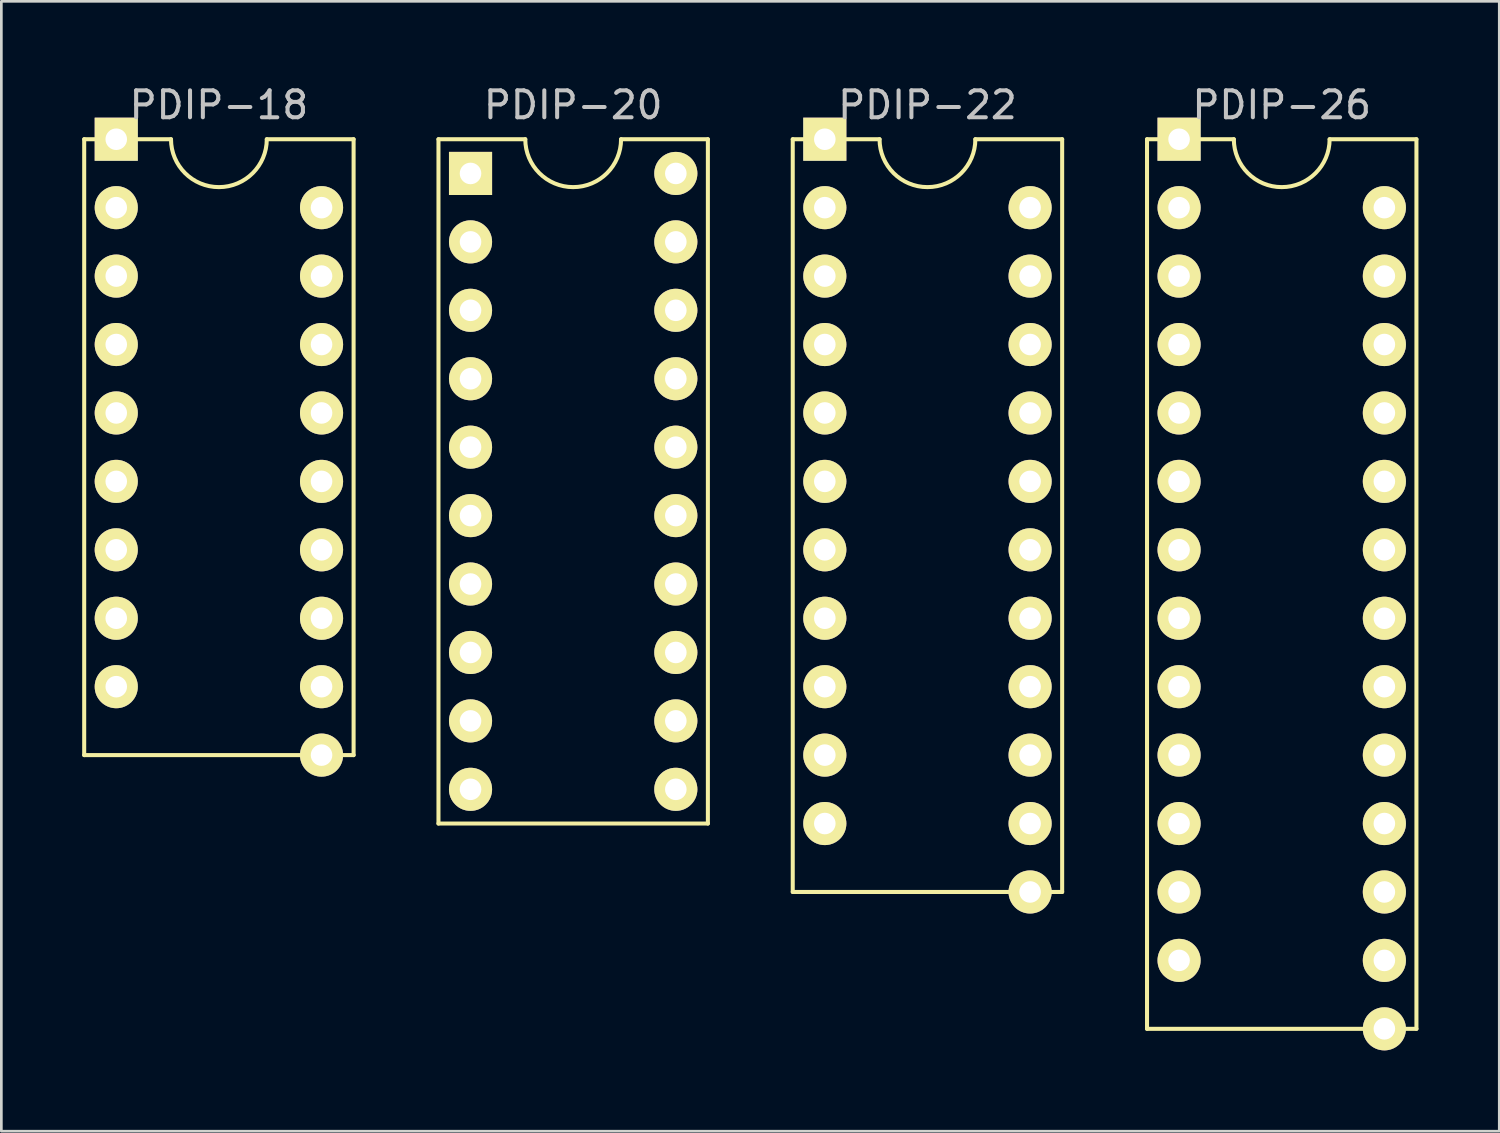
<source format=kicad_pcb>
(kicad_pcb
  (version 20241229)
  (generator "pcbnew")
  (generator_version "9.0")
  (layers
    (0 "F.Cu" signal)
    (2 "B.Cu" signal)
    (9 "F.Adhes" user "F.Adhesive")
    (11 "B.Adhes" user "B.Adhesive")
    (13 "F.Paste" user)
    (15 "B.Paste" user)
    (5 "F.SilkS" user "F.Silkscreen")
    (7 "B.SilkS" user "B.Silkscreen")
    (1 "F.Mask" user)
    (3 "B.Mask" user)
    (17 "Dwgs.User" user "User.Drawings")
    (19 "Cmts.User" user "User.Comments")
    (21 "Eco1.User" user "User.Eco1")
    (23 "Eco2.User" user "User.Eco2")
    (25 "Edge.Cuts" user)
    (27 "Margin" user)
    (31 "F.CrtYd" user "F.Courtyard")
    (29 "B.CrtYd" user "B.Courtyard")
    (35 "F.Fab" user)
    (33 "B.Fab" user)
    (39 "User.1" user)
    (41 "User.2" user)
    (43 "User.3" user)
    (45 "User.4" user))
  (footprint "PDIP-20"
    (layer "F.Cu")
    (at 18.225 14.818)
    (property "Reference" "PDIP-20" (at 0 -13.97 0) (layer "Dwgs.User") (effects (font (size 1 1) (thickness 0.15))))
    (attr through_hole)
    (fp_line (start -5 -12.7) (end -5 12.7) (stroke (width 0.15) (type solid)) (layer "F.SilkS"))
    (fp_line (start -5 12.7) (end 5 12.7) (stroke (width 0.15) (type solid)) (layer "F.SilkS"))
    (fp_line (start -1.778 -12.7) (end -5 -12.7) (stroke (width 0.15) (type solid)) (layer "F.SilkS"))
    (fp_line (start 5 -12.7) (end 1.778 -12.7) (stroke (width 0.15) (type solid)) (layer "F.SilkS"))
    (fp_line (start 5 12.7) (end 5 -12.7) (stroke (width 0.15) (type solid)) (layer "F.SilkS"))
    (fp_arc (start 1.7775 -12.7) (mid 0 -10.9225) (end -1.7775 -12.7) (stroke (width 0.15) (type solid)) (layer "F.SilkS"))
    (pad "1" thru_hole rect (at -3.81 -11.43) (size 1.6 1.6) (drill 0.8) (layers "*.Cu" "*.Mask" "F.SilkS"))
    (pad "2" thru_hole circle (at -3.81 -8.89) (size 1.6 1.6) (drill 0.8) (layers "*.Cu" "*.Mask" "F.SilkS"))
    (pad "3" thru_hole circle (at -3.81 -6.35) (size 1.6 1.6) (drill 0.8) (layers "*.Cu" "*.Mask" "F.SilkS"))
    (pad "4" thru_hole circle (at -3.81 -3.81) (size 1.6 1.6) (drill 0.8) (layers "*.Cu" "*.Mask" "F.SilkS"))
    (pad "5" thru_hole circle (at -3.81 -1.27) (size 1.6 1.6) (drill 0.8) (layers "*.Cu" "*.Mask" "F.SilkS"))
    (pad "6" thru_hole circle (at -3.81 1.27) (size 1.6 1.6) (drill 0.8) (layers "*.Cu" "*.Mask" "F.SilkS"))
    (pad "7" thru_hole circle (at -3.81 3.81) (size 1.6 1.6) (drill 0.8) (layers "*.Cu" "*.Mask" "F.SilkS"))
    (pad "8" thru_hole circle (at -3.81 6.35) (size 1.6 1.6) (drill 0.8) (layers "*.Cu" "*.Mask" "F.SilkS"))
    (pad "9" thru_hole circle (at -3.81 8.89) (size 1.6 1.6) (drill 0.8) (layers "*.Cu" "*.Mask" "F.SilkS"))
    (pad "10" thru_hole circle (at -3.81 11.43) (size 1.6 1.6) (drill 0.8) (layers "*.Cu" "*.Mask" "F.SilkS"))
    (pad "11" thru_hole circle (at 3.81 11.43) (size 1.6 1.6) (drill 0.8) (layers "*.Cu" "*.Mask" "F.SilkS"))
    (pad "12" thru_hole circle (at 3.81 8.89) (size 1.6 1.6) (drill 0.8) (layers "*.Cu" "*.Mask" "F.SilkS"))
    (pad "13" thru_hole circle (at 3.81 6.35) (size 1.6 1.6) (drill 0.8) (layers "*.Cu" "*.Mask" "F.SilkS"))
    (pad "14" thru_hole circle (at 3.81 3.81) (size 1.6 1.6) (drill 0.8) (layers "*.Cu" "*.Mask" "F.SilkS"))
    (pad "15" thru_hole circle (at 3.81 1.27) (size 1.6 1.6) (drill 0.8) (layers "*.Cu" "*.Mask" "F.SilkS"))
    (pad "16" thru_hole circle (at 3.81 -1.27) (size 1.6 1.6) (drill 0.8) (layers "*.Cu" "*.Mask" "F.SilkS"))
    (pad "17" thru_hole circle (at 3.81 -3.81) (size 1.6 1.6) (drill 0.8) (layers "*.Cu" "*.Mask" "F.SilkS"))
    (pad "18" thru_hole circle (at 3.81 -6.35) (size 1.6 1.6) (drill 0.8) (layers "*.Cu" "*.Mask" "F.SilkS"))
    (pad "19" thru_hole circle (at 3.81 -8.89) (size 1.6 1.6) (drill 0.8) (layers "*.Cu" "*.Mask" "F.SilkS"))
    (pad "20" thru_hole circle (at 3.81 -11.43) (size 1.6 1.6) (drill 0.8) (layers "*.Cu" "*.Mask" "F.SilkS")))
  (footprint "PDIP-26"
    (layer "F.Cu")
    (at 44.525 18.628)
    (property "Reference" "PDIP-26" (at 0 -17.78 0) (layer "Dwgs.User") (effects (font (size 1 1) (thickness 0.15))))
    (attr through_hole)
    (fp_line (start -5 -16.51) (end -5 16.51) (stroke (width 0.15) (type solid)) (layer "F.SilkS"))
    (fp_line (start -5 16.51) (end 5 16.51) (stroke (width 0.15) (type solid)) (layer "F.SilkS"))
    (fp_line (start -1.778 -16.51) (end -5 -16.51) (stroke (width 0.15) (type solid)) (layer "F.SilkS"))
    (fp_line (start 5 -16.51) (end 1.778 -16.51) (stroke (width 0.15) (type solid)) (layer "F.SilkS"))
    (fp_line (start 5 16.51) (end 5 -16.51) (stroke (width 0.15) (type solid)) (layer "F.SilkS"))
    (fp_arc (start 1.7775 -16.51) (mid 0 -14.7325) (end -1.7775 -16.51) (stroke (width 0.15) (type solid)) (layer "F.SilkS"))
    (pad "1" thru_hole rect (at -3.81 -16.51) (size 1.6 1.6) (drill 0.8) (layers "*.Cu" "*.Mask" "F.SilkS"))
    (pad "2" thru_hole circle (at -3.81 -13.97) (size 1.6 1.6) (drill 0.8) (layers "*.Cu" "*.Mask" "F.SilkS"))
    (pad "3" thru_hole circle (at -3.81 -11.43) (size 1.6 1.6) (drill 0.8) (layers "*.Cu" "*.Mask" "F.SilkS"))
    (pad "4" thru_hole circle (at -3.81 -8.89) (size 1.6 1.6) (drill 0.8) (layers "*.Cu" "*.Mask" "F.SilkS"))
    (pad "5" thru_hole circle (at -3.81 -6.35) (size 1.6 1.6) (drill 0.8) (layers "*.Cu" "*.Mask" "F.SilkS"))
    (pad "6" thru_hole circle (at -3.81 -3.81) (size 1.6 1.6) (drill 0.8) (layers "*.Cu" "*.Mask" "F.SilkS"))
    (pad "7" thru_hole circle (at -3.81 -1.27) (size 1.6 1.6) (drill 0.8) (layers "*.Cu" "*.Mask" "F.SilkS"))
    (pad "8" thru_hole circle (at -3.81 1.27) (size 1.6 1.6) (drill 0.8) (layers "*.Cu" "*.Mask" "F.SilkS"))
    (pad "9" thru_hole circle (at -3.81 3.81) (size 1.6 1.6) (drill 0.8) (layers "*.Cu" "*.Mask" "F.SilkS"))
    (pad "10" thru_hole circle (at -3.81 6.35) (size 1.6 1.6) (drill 0.8) (layers "*.Cu" "*.Mask" "F.SilkS"))
    (pad "11" thru_hole circle (at -3.81 8.89) (size 1.6 1.6) (drill 0.8) (layers "*.Cu" "*.Mask" "F.SilkS"))
    (pad "12" thru_hole circle (at -3.81 11.43) (size 1.6 1.6) (drill 0.8) (layers "*.Cu" "*.Mask" "F.SilkS"))
    (pad "13" thru_hole circle (at -3.81 13.97) (size 1.6 1.6) (drill 0.8) (layers "*.Cu" "*.Mask" "F.SilkS"))
    (pad "14" thru_hole circle (at 3.81 16.51) (size 1.6 1.6) (drill 0.8) (layers "*.Cu" "*.Mask" "F.SilkS"))
    (pad "15" thru_hole circle (at 3.81 13.97) (size 1.6 1.6) (drill 0.8) (layers "*.Cu" "*.Mask" "F.SilkS"))
    (pad "16" thru_hole circle (at 3.81 11.43) (size 1.6 1.6) (drill 0.8) (layers "*.Cu" "*.Mask" "F.SilkS"))
    (pad "17" thru_hole circle (at 3.81 8.89) (size 1.6 1.6) (drill 0.8) (layers "*.Cu" "*.Mask" "F.SilkS"))
    (pad "18" thru_hole circle (at 3.81 6.35) (size 1.6 1.6) (drill 0.8) (layers "*.Cu" "*.Mask" "F.SilkS"))
    (pad "19" thru_hole circle (at 3.81 3.81) (size 1.6 1.6) (drill 0.8) (layers "*.Cu" "*.Mask" "F.SilkS"))
    (pad "20" thru_hole circle (at 3.81 1.27) (size 1.6 1.6) (drill 0.8) (layers "*.Cu" "*.Mask" "F.SilkS"))
    (pad "21" thru_hole circle (at 3.81 -1.27) (size 1.6 1.6) (drill 0.8) (layers "*.Cu" "*.Mask" "F.SilkS"))
    (pad "22" thru_hole circle (at 3.81 -3.81) (size 1.6 1.6) (drill 0.8) (layers "*.Cu" "*.Mask" "F.SilkS"))
    (pad "23" thru_hole circle (at 3.81 -6.35) (size 1.6 1.6) (drill 0.8) (layers "*.Cu" "*.Mask" "F.SilkS"))
    (pad "24" thru_hole circle (at 3.81 -8.89) (size 1.6 1.6) (drill 0.8) (layers "*.Cu" "*.Mask" "F.SilkS"))
    (pad "25" thru_hole circle (at 3.81 -11.43) (size 1.6 1.6) (drill 0.8) (layers "*.Cu" "*.Mask" "F.SilkS"))
    (pad "26" thru_hole circle (at 3.81 -13.97) (size 1.6 1.6) (drill 0.8) (layers "*.Cu" "*.Mask" "F.SilkS")))
  (footprint "PDIP-22"
    (layer "F.Cu")
    (at 31.375 16.088)
    (property "Reference" "PDIP-22" (at 0 -15.24 0) (layer "Dwgs.User") (effects (font (size 1 1) (thickness 0.15))))
    (attr through_hole)
    (fp_line (start -5 -13.97) (end -5 13.97) (stroke (width 0.15) (type solid)) (layer "F.SilkS"))
    (fp_line (start -5 13.97) (end 5 13.97) (stroke (width 0.15) (type solid)) (layer "F.SilkS"))
    (fp_line (start -1.778 -13.97) (end -5 -13.97) (stroke (width 0.15) (type solid)) (layer "F.SilkS"))
    (fp_line (start 5 -13.97) (end 1.778 -13.97) (stroke (width 0.15) (type solid)) (layer "F.SilkS"))
    (fp_line (start 5 13.97) (end 5 -13.97) (stroke (width 0.15) (type solid)) (layer "F.SilkS"))
    (fp_arc (start 1.7775 -13.97) (mid 0 -12.1925) (end -1.7775 -13.97) (stroke (width 0.15) (type solid)) (layer "F.SilkS"))
    (pad "1" thru_hole rect (at -3.81 -13.97) (size 1.6 1.6) (drill 0.8) (layers "*.Cu" "*.Mask" "F.SilkS"))
    (pad "2" thru_hole circle (at -3.81 -11.43) (size 1.6 1.6) (drill 0.8) (layers "*.Cu" "*.Mask" "F.SilkS"))
    (pad "3" thru_hole circle (at -3.81 -8.89) (size 1.6 1.6) (drill 0.8) (layers "*.Cu" "*.Mask" "F.SilkS"))
    (pad "4" thru_hole circle (at -3.81 -6.35) (size 1.6 1.6) (drill 0.8) (layers "*.Cu" "*.Mask" "F.SilkS"))
    (pad "5" thru_hole circle (at -3.81 -3.81) (size 1.6 1.6) (drill 0.8) (layers "*.Cu" "*.Mask" "F.SilkS"))
    (pad "6" thru_hole circle (at -3.81 -1.27) (size 1.6 1.6) (drill 0.8) (layers "*.Cu" "*.Mask" "F.SilkS"))
    (pad "7" thru_hole circle (at -3.81 1.27) (size 1.6 1.6) (drill 0.8) (layers "*.Cu" "*.Mask" "F.SilkS"))
    (pad "8" thru_hole circle (at -3.81 3.81) (size 1.6 1.6) (drill 0.8) (layers "*.Cu" "*.Mask" "F.SilkS"))
    (pad "9" thru_hole circle (at -3.81 6.35) (size 1.6 1.6) (drill 0.8) (layers "*.Cu" "*.Mask" "F.SilkS"))
    (pad "10" thru_hole circle (at -3.81 8.89) (size 1.6 1.6) (drill 0.8) (layers "*.Cu" "*.Mask" "F.SilkS"))
    (pad "11" thru_hole circle (at -3.81 11.43) (size 1.6 1.6) (drill 0.8) (layers "*.Cu" "*.Mask" "F.SilkS"))
    (pad "12" thru_hole circle (at 3.81 13.97) (size 1.6 1.6) (drill 0.8) (layers "*.Cu" "*.Mask" "F.SilkS"))
    (pad "13" thru_hole circle (at 3.81 11.43) (size 1.6 1.6) (drill 0.8) (layers "*.Cu" "*.Mask" "F.SilkS"))
    (pad "14" thru_hole circle (at 3.81 8.89) (size 1.6 1.6) (drill 0.8) (layers "*.Cu" "*.Mask" "F.SilkS"))
    (pad "15" thru_hole circle (at 3.81 6.35) (size 1.6 1.6) (drill 0.8) (layers "*.Cu" "*.Mask" "F.SilkS"))
    (pad "16" thru_hole circle (at 3.81 3.81) (size 1.6 1.6) (drill 0.8) (layers "*.Cu" "*.Mask" "F.SilkS"))
    (pad "17" thru_hole circle (at 3.81 1.27) (size 1.6 1.6) (drill 0.8) (layers "*.Cu" "*.Mask" "F.SilkS"))
    (pad "18" thru_hole circle (at 3.81 -1.27) (size 1.6 1.6) (drill 0.8) (layers "*.Cu" "*.Mask" "F.SilkS"))
    (pad "19" thru_hole circle (at 3.81 -3.81) (size 1.6 1.6) (drill 0.8) (layers "*.Cu" "*.Mask" "F.SilkS"))
    (pad "20" thru_hole circle (at 3.81 -6.35) (size 1.6 1.6) (drill 0.8) (layers "*.Cu" "*.Mask" "F.SilkS"))
    (pad "21" thru_hole circle (at 3.81 -8.89) (size 1.6 1.6) (drill 0.8) (layers "*.Cu" "*.Mask" "F.SilkS"))
    (pad "22" thru_hole circle (at 3.81 -11.43) (size 1.6 1.6) (drill 0.8) (layers "*.Cu" "*.Mask" "F.SilkS")))
  (footprint "PDIP-18"
    (layer "F.Cu")
    (at 5.075 13.548)
    (property "Reference" "PDIP-18" (at 0 -12.7 0) (layer "Dwgs.User") (effects (font (size 1 1) (thickness 0.15))))
    (attr through_hole)
    (fp_line (start -5 -11.43) (end -5 11.43) (stroke (width 0.15) (type solid)) (layer "F.SilkS"))
    (fp_line (start -5 11.43) (end 5 11.43) (stroke (width 0.15) (type solid)) (layer "F.SilkS"))
    (fp_line (start -1.778 -11.43) (end -5 -11.43) (stroke (width 0.15) (type solid)) (layer "F.SilkS"))
    (fp_line (start 5 -11.43) (end 1.778 -11.43) (stroke (width 0.15) (type solid)) (layer "F.SilkS"))
    (fp_line (start 5 11.43) (end 5 -11.43) (stroke (width 0.15) (type solid)) (layer "F.SilkS"))
    (fp_arc (start 1.7775 -11.43) (mid 0 -9.6525) (end -1.7775 -11.43) (stroke (width 0.15) (type solid)) (layer "F.SilkS"))
    (pad "1" thru_hole rect (at -3.81 -11.43) (size 1.6 1.6) (drill 0.8) (layers "*.Cu" "*.Mask" "F.SilkS"))
    (pad "2" thru_hole circle (at -3.81 -8.89) (size 1.6 1.6) (drill 0.8) (layers "*.Cu" "*.Mask" "F.SilkS"))
    (pad "3" thru_hole circle (at -3.81 -6.35) (size 1.6 1.6) (drill 0.8) (layers "*.Cu" "*.Mask" "F.SilkS"))
    (pad "4" thru_hole circle (at -3.81 -3.81) (size 1.6 1.6) (drill 0.8) (layers "*.Cu" "*.Mask" "F.SilkS"))
    (pad "5" thru_hole circle (at -3.81 -1.27) (size 1.6 1.6) (drill 0.8) (layers "*.Cu" "*.Mask" "F.SilkS"))
    (pad "6" thru_hole circle (at -3.81 1.27) (size 1.6 1.6) (drill 0.8) (layers "*.Cu" "*.Mask" "F.SilkS"))
    (pad "7" thru_hole circle (at -3.81 3.81) (size 1.6 1.6) (drill 0.8) (layers "*.Cu" "*.Mask" "F.SilkS"))
    (pad "8" thru_hole circle (at -3.81 6.35) (size 1.6 1.6) (drill 0.8) (layers "*.Cu" "*.Mask" "F.SilkS"))
    (pad "9" thru_hole circle (at -3.81 8.89) (size 1.6 1.6) (drill 0.8) (layers "*.Cu" "*.Mask" "F.SilkS"))
    (pad "10" thru_hole circle (at 3.81 11.43) (size 1.6 1.6) (drill 0.8) (layers "*.Cu" "*.Mask" "F.SilkS"))
    (pad "11" thru_hole circle (at 3.81 8.89) (size 1.6 1.6) (drill 0.8) (layers "*.Cu" "*.Mask" "F.SilkS"))
    (pad "12" thru_hole circle (at 3.81 6.35) (size 1.6 1.6) (drill 0.8) (layers "*.Cu" "*.Mask" "F.SilkS"))
    (pad "13" thru_hole circle (at 3.81 3.81) (size 1.6 1.6) (drill 0.8) (layers "*.Cu" "*.Mask" "F.SilkS"))
    (pad "14" thru_hole circle (at 3.81 1.27) (size 1.6 1.6) (drill 0.8) (layers "*.Cu" "*.Mask" "F.SilkS"))
    (pad "15" thru_hole circle (at 3.81 -1.27) (size 1.6 1.6) (drill 0.8) (layers "*.Cu" "*.Mask" "F.SilkS"))
    (pad "16" thru_hole circle (at 3.81 -3.81) (size 1.6 1.6) (drill 0.8) (layers "*.Cu" "*.Mask" "F.SilkS"))
    (pad "17" thru_hole circle (at 3.81 -6.35) (size 1.6 1.6) (drill 0.8) (layers "*.Cu" "*.Mask" "F.SilkS"))
    (pad "18" thru_hole circle (at 3.81 -8.89) (size 1.6 1.6) (drill 0.8) (layers "*.Cu" "*.Mask" "F.SilkS")))
  (gr_rect
    (start -3 -3)
    (end 52.6 38.938)
    (stroke (width 0.1) (type default))
    (fill no)
    (layer "Edge.Cuts")))
</source>
